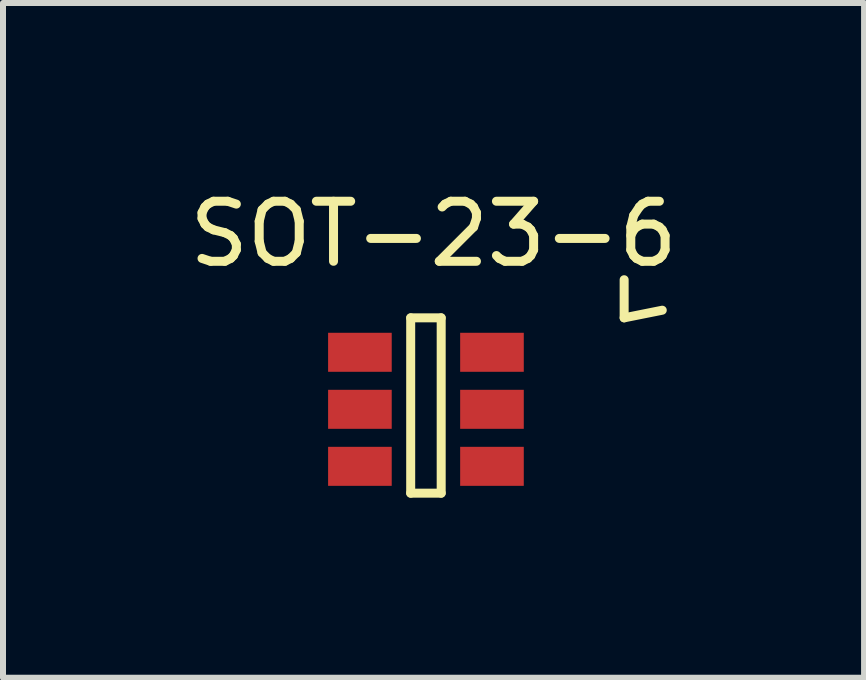
<source format=kicad_pcb>
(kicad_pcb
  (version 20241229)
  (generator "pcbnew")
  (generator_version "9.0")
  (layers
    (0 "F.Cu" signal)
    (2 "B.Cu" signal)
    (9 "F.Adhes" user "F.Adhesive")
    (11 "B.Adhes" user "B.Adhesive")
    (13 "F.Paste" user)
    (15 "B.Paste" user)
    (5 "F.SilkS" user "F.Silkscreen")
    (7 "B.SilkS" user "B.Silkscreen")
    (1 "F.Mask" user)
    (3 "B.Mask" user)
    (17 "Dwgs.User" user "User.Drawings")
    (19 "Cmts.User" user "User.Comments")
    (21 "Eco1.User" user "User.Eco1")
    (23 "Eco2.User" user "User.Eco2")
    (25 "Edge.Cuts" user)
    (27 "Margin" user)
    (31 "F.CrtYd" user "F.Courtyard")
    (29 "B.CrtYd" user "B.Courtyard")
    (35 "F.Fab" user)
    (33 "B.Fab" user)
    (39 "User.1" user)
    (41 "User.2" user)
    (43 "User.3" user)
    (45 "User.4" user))
  (footprint "SOT-23-6"
    (layer "F.Cu")
    (at 4.046 3.769)
    (property "Reference" "SOT-23-6" (at 0.127 -2.921 0) (layer "F.SilkS") (effects (font (size 1 1) (thickness 0.15))))
    (attr through_hole)
    (fp_line (start -0.254 -1.524) (end -0.254 1.397) (stroke (width 0.15) (type solid)) (layer "F.SilkS"))
    (fp_line (start -0.254 1.397) (end 0.254 1.397) (stroke (width 0.15) (type solid)) (layer "F.SilkS"))
    (fp_line (start 0.254 -1.524) (end -0.254 -1.524) (stroke (width 0.15) (type solid)) (layer "F.SilkS"))
    (fp_line (start 0.254 1.397) (end 0.254 -1.524) (stroke (width 0.15) (type solid)) (layer "F.SilkS"))
    (fp_line (start 3.302 -2.159) (end 3.302 -1.524) (stroke (width 0.15) (type solid)) (layer "F.SilkS"))
    (fp_line (start 3.302 -1.524) (end 3.937 -1.651) (stroke (width 0.15) (type solid)) (layer "F.SilkS"))
    (pad "1" smd rect (at -1.1 -0.95) (size 1.06 0.65) (layers "F.Cu" "F.Mask" "F.Paste"))
    (pad "2" smd rect (at -1.1 0) (size 1.06 0.65) (layers "F.Cu" "F.Mask" "F.Paste"))
    (pad "3" smd rect (at -1.1 0.95) (size 1.06 0.65) (layers "F.Cu" "F.Mask" "F.Paste"))
    (pad "4" smd rect (at 1.1 0.95) (size 1.06 0.65) (layers "F.Cu" "F.Mask" "F.Paste"))
    (pad "5" smd rect (at 1.1 0) (size 1.06 0.65) (layers "F.Cu" "F.Mask" "F.Paste"))
    (pad "6" smd rect (at 1.1 -0.95) (size 1.06 0.65) (layers "F.Cu" "F.Mask" "F.Paste")))
  (gr_rect
    (start -3 -3)
    (end 11.345 8.241)
    (stroke (width 0.1) (type default))
    (fill no)
    (layer "Edge.Cuts")))
</source>
